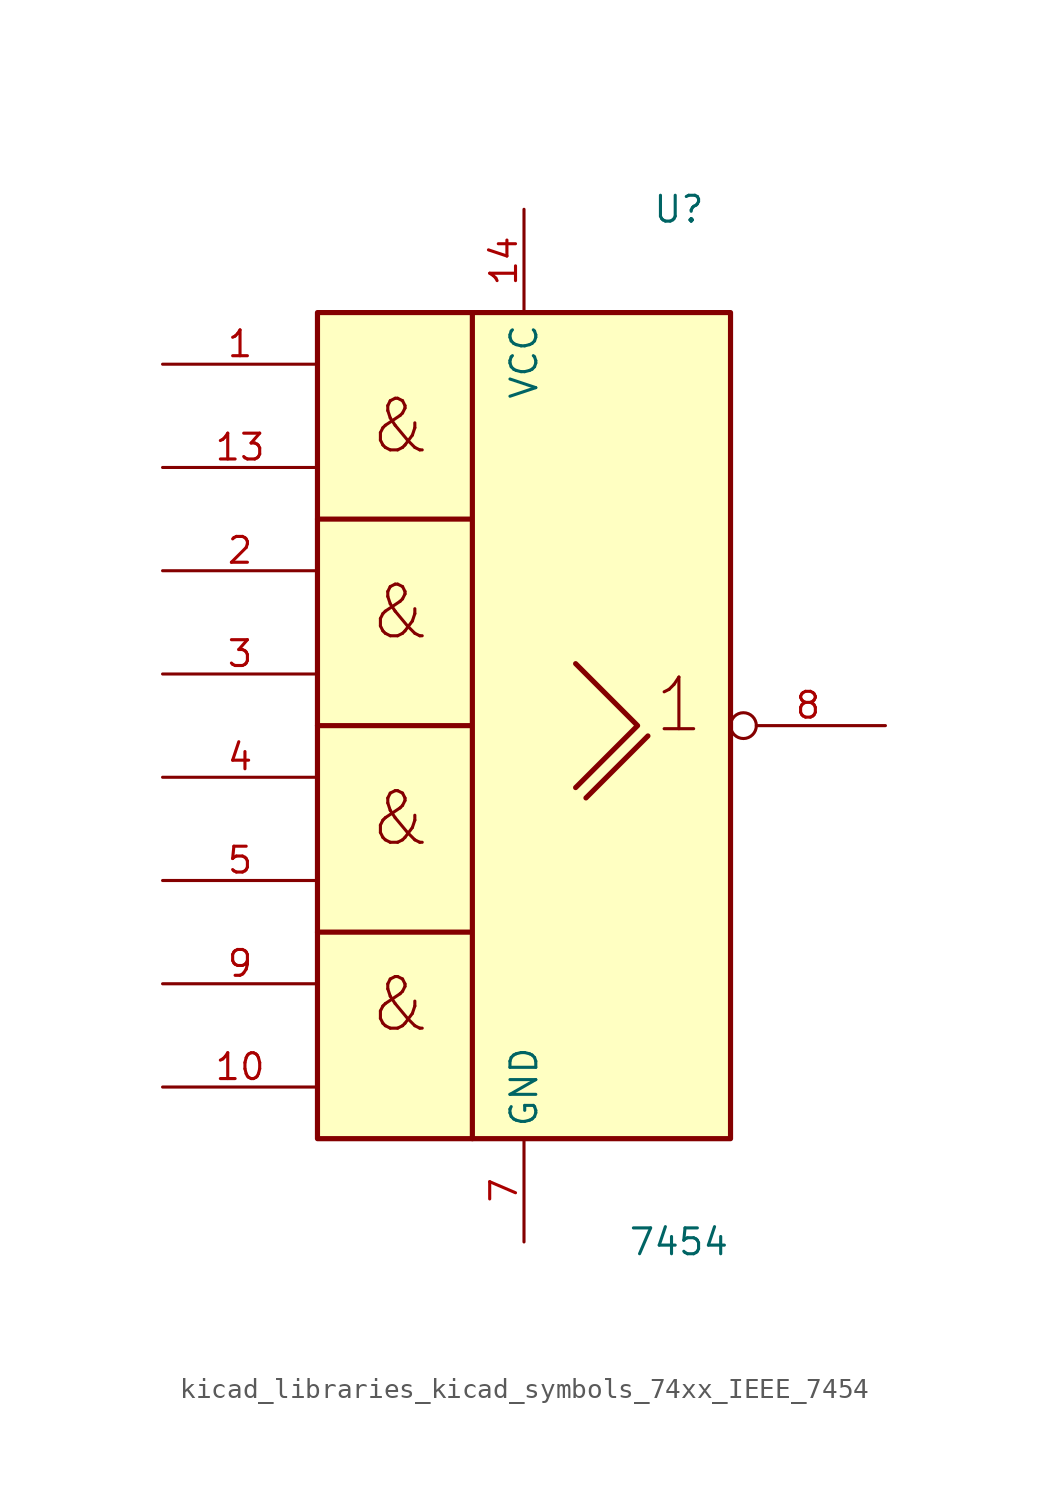
<source format=kicad_sym>
(kicad_symbol_lib
  (version 20220914)
  (generator kicad_symbol_editor)
  (symbol "kicad_libraries_kicad_symbols_74xx_IEEE_7454"
    (property "Reference" "U"
      (at 7.62 25.4 0)
      (effects (font (size 1.27 1.27))))
    (property "Value" "7454"
      (at 7.62 -25.4 0)
      (effects (font (size 1.27 1.27))))
    (symbol "kicad_libraries_kicad_symbols_74xx_IEEE_7454_0_0"
      (polyline (pts (xy 3.048 -3.556) (xy 6.096 -0.508) (xy 6.096 -0.508)) (stroke (width 0.254) (type default)) (fill (type background)))
      (polyline (pts (xy 2.54 3.048) (xy 5.588 0) (xy 2.54 -3.048) (xy 2.54 -3.048)) (stroke (width 0.254) (type default)) (fill (type background)))
      (text "&" (at -6.096 -13.716 0) (effects (font (size 2.54 2.54))))
      (text "&" (at -6.096 -4.572 0) (effects (font (size 2.54 2.54))))
      (text "&" (at -6.096 5.588 0) (effects (font (size 2.54 2.54))))
      (text "&" (at -6.096 14.732 0) (effects (font (size 2.54 2.54))))
      (text "1" (at 7.62 1.016 0) (effects (font (size 2.54 2.54))))
      (pin power_in line (at 0 25.4 270) (length 5.08) (name "VCC" (effects (font (size 1.27 1.27)))) (number "14" (effects (font (size 1.27 1.27))))))
    (symbol "kicad_libraries_kicad_symbols_74xx_IEEE_7454_0_1"
      (rectangle (start -10.16 20.32) (end 10.16 -20.32) (stroke (width 0.254) (type default)) (fill (type background)))
      (polyline (pts (xy -2.54 20.32) (xy -2.54 10.16) (xy -10.16 10.16) (xy -2.54 10.16) (xy -2.54 0) (xy -10.16 0) (xy -2.54 0) (xy -2.54 -10.16) (xy -10.16 -10.16) (xy -2.54 -10.16) (xy -2.54 -20.32) (xy -2.54 -20.32)) (stroke (width 0.254) (type default)) (fill (type background)))
      (pin power_in line (at 0 -25.4 90) (length 5.08) (name "GND" (effects (font (size 1.27 1.27)))) (number "7" (effects (font (size 1.27 1.27))))))
    (symbol "kicad_libraries_kicad_symbols_74xx_IEEE_7454_1_1"
      (pin input line (at -17.78 17.78 0) (length 7.62) (name "~" (effects (font (size 1.27 1.27)))) (number "1" (effects (font (size 1.27 1.27)))))
      (pin input line (at -17.78 -17.78 0) (length 7.62) (name "~" (effects (font (size 1.27 1.27)))) (number "10" (effects (font (size 1.27 1.27)))))
      (pin input line (at -17.78 12.7 0) (length 7.62) (name "~" (effects (font (size 1.27 1.27)))) (number "13" (effects (font (size 1.27 1.27)))))
      (pin input line (at -17.78 7.62 0) (length 7.62) (name "~" (effects (font (size 1.27 1.27)))) (number "2" (effects (font (size 1.27 1.27)))))
      (pin input line (at -17.78 2.54 0) (length 7.62) (name "~" (effects (font (size 1.27 1.27)))) (number "3" (effects (font (size 1.27 1.27)))))
      (pin input line (at -17.78 -2.54 0) (length 7.62) (name "~" (effects (font (size 1.27 1.27)))) (number "4" (effects (font (size 1.27 1.27)))))
      (pin input line (at -17.78 -7.62 0) (length 7.62) (name "~" (effects (font (size 1.27 1.27)))) (number "5" (effects (font (size 1.27 1.27)))))
      (pin output inverted (at 17.78 0 180) (length 7.62) (name "~" (effects (font (size 1.27 1.27)))) (number "8" (effects (font (size 1.27 1.27)))))
      (pin input line (at -17.78 -12.7 0) (length 7.62) (name "~" (effects (font (size 1.27 1.27)))) (number "9" (effects (font (size 1.27 1.27))))))))
</source>
